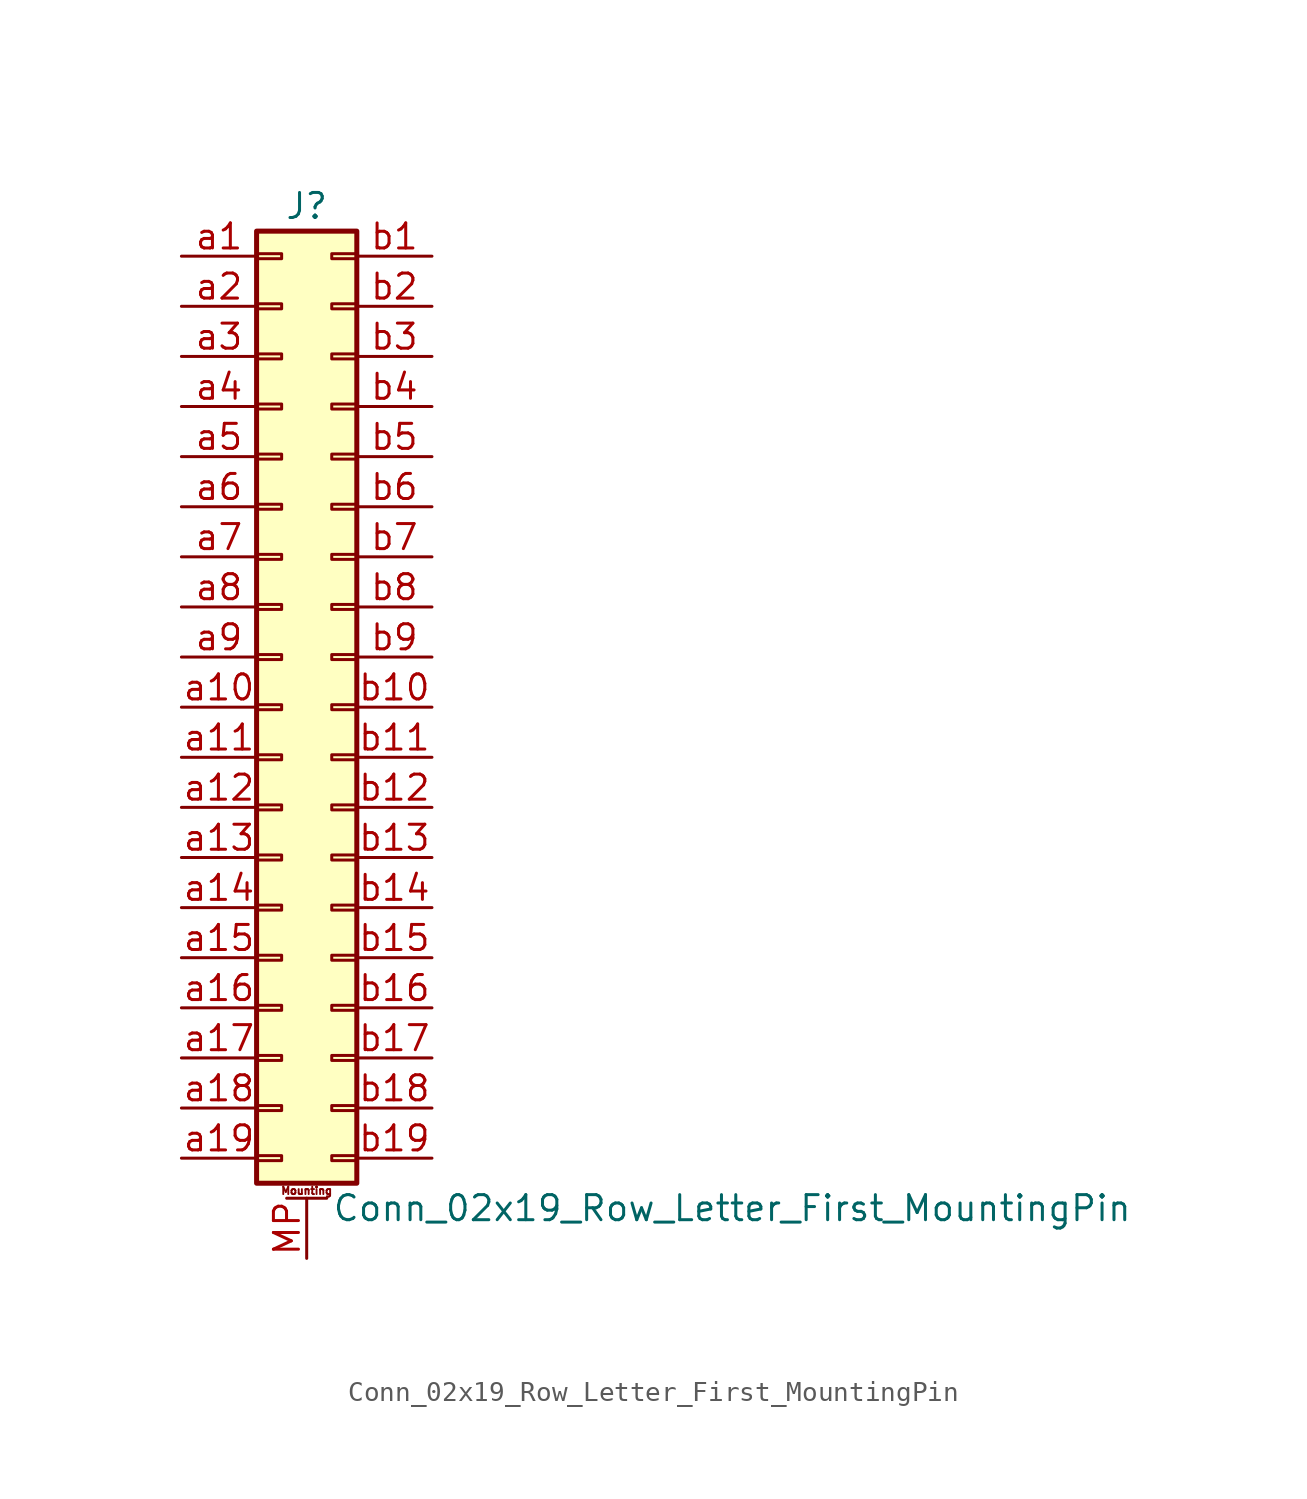
<source format=kicad_sym>
(kicad_symbol_lib
  (version 20201005)
  (generator kicad_symbol_editor)
  (symbol "Conn_02x19_Row_Letter_First_MountingPin"
    (pin_names
      (offset 1.016) hide)
    (property "Reference" "J"
      (at 1.27 25.4 0)
      (effects (font (size 1.27 1.27))))
    (property "Value" "Conn_02x19_Row_Letter_First_MountingPin"
      (at 2.54 -25.4 0)
      (effects (font (size 1.27 1.27)) (justify left)))
    (symbol "Conn_02x19_Row_Letter_First_MountingPin_1_1"
      (text "Mounting" (at 1.27 -24.511 0) (effects (font (size 0.381 0.381))))
      (rectangle (start -1.27 -22.733) (end 0 -22.987) (stroke (width 0.152)) (fill (type none)))
      (rectangle (start -1.27 -20.193) (end 0 -20.447) (stroke (width 0.152)) (fill (type none)))
      (rectangle (start -1.27 -17.653) (end 0 -17.907) (stroke (width 0.152)) (fill (type none)))
      (rectangle (start -1.27 -15.113) (end 0 -15.367) (stroke (width 0.152)) (fill (type none)))
      (rectangle (start -1.27 -12.573) (end 0 -12.827) (stroke (width 0.152)) (fill (type none)))
      (rectangle (start -1.27 -10.033) (end 0 -10.287) (stroke (width 0.152)) (fill (type none)))
      (rectangle (start -1.27 -7.493) (end 0 -7.747) (stroke (width 0.152)) (fill (type none)))
      (rectangle (start -1.27 -4.953) (end 0 -5.207) (stroke (width 0.152)) (fill (type none)))
      (rectangle (start -1.27 -2.413) (end 0 -2.667) (stroke (width 0.152)) (fill (type none)))
      (rectangle (start -1.27 0.127) (end 0 -0.127) (stroke (width 0.152)) (fill (type none)))
      (rectangle (start -1.27 2.667) (end 0 2.413) (stroke (width 0.152)) (fill (type none)))
      (rectangle (start -1.27 5.207) (end 0 4.953) (stroke (width 0.152)) (fill (type none)))
      (rectangle (start -1.27 7.747) (end 0 7.493) (stroke (width 0.152)) (fill (type none)))
      (rectangle (start -1.27 10.287) (end 0 10.033) (stroke (width 0.152)) (fill (type none)))
      (rectangle (start -1.27 12.827) (end 0 12.573) (stroke (width 0.152)) (fill (type none)))
      (rectangle (start -1.27 15.367) (end 0 15.113) (stroke (width 0.152)) (fill (type none)))
      (rectangle (start -1.27 17.907) (end 0 17.653) (stroke (width 0.152)) (fill (type none)))
      (rectangle (start -1.27 20.447) (end 0 20.193) (stroke (width 0.152)) (fill (type none)))
      (rectangle (start -1.27 22.987) (end 0 22.733) (stroke (width 0.152)) (fill (type none)))
      (rectangle (start -1.27 24.13) (end 3.81 -24.13) (stroke (width 0.254)) (fill (type background)))
      (rectangle (start 3.81 -22.733) (end 2.54 -22.987) (stroke (width 0.152)) (fill (type none)))
      (rectangle (start 3.81 -20.193) (end 2.54 -20.447) (stroke (width 0.152)) (fill (type none)))
      (rectangle (start 3.81 -17.653) (end 2.54 -17.907) (stroke (width 0.152)) (fill (type none)))
      (rectangle (start 3.81 -15.113) (end 2.54 -15.367) (stroke (width 0.152)) (fill (type none)))
      (rectangle (start 3.81 -12.573) (end 2.54 -12.827) (stroke (width 0.152)) (fill (type none)))
      (rectangle (start 3.81 -10.033) (end 2.54 -10.287) (stroke (width 0.152)) (fill (type none)))
      (rectangle (start 3.81 -7.493) (end 2.54 -7.747) (stroke (width 0.152)) (fill (type none)))
      (rectangle (start 3.81 -4.953) (end 2.54 -5.207) (stroke (width 0.152)) (fill (type none)))
      (rectangle (start 3.81 -2.413) (end 2.54 -2.667) (stroke (width 0.152)) (fill (type none)))
      (rectangle (start 3.81 0.127) (end 2.54 -0.127) (stroke (width 0.152)) (fill (type none)))
      (rectangle (start 3.81 2.667) (end 2.54 2.413) (stroke (width 0.152)) (fill (type none)))
      (rectangle (start 3.81 5.207) (end 2.54 4.953) (stroke (width 0.152)) (fill (type none)))
      (rectangle (start 3.81 7.747) (end 2.54 7.493) (stroke (width 0.152)) (fill (type none)))
      (rectangle (start 3.81 10.287) (end 2.54 10.033) (stroke (width 0.152)) (fill (type none)))
      (rectangle (start 3.81 12.827) (end 2.54 12.573) (stroke (width 0.152)) (fill (type none)))
      (rectangle (start 3.81 15.367) (end 2.54 15.113) (stroke (width 0.152)) (fill (type none)))
      (rectangle (start 3.81 17.907) (end 2.54 17.653) (stroke (width 0.152)) (fill (type none)))
      (rectangle (start 3.81 20.447) (end 2.54 20.193) (stroke (width 0.152)) (fill (type none)))
      (rectangle (start 3.81 22.987) (end 2.54 22.733) (stroke (width 0.152)) (fill (type none)))
      (polyline (pts (xy 0.254 -24.892) (xy 2.286 -24.892)) (stroke (width 0.152)) (fill (type none)))
      (pin passive line (at 1.27 -27.94 90) (length 3.048) (name "MountPin" (effects (font (size 1.27 1.27)))) (number "MP" (effects (font (size 1.27 1.27)))))
      (pin passive line (at -5.08 22.86 0) (length 3.81) (name "Pin_a1" (effects (font (size 1.27 1.27)))) (number "a1" (effects (font (size 1.27 1.27)))))
      (pin passive line (at -5.08 0 0) (length 3.81) (name "Pin_a10" (effects (font (size 1.27 1.27)))) (number "a10" (effects (font (size 1.27 1.27)))))
      (pin passive line (at -5.08 -2.54 0) (length 3.81) (name "Pin_a11" (effects (font (size 1.27 1.27)))) (number "a11" (effects (font (size 1.27 1.27)))))
      (pin passive line (at -5.08 -5.08 0) (length 3.81) (name "Pin_a12" (effects (font (size 1.27 1.27)))) (number "a12" (effects (font (size 1.27 1.27)))))
      (pin passive line (at -5.08 -7.62 0) (length 3.81) (name "Pin_a13" (effects (font (size 1.27 1.27)))) (number "a13" (effects (font (size 1.27 1.27)))))
      (pin passive line (at -5.08 -10.16 0) (length 3.81) (name "Pin_a14" (effects (font (size 1.27 1.27)))) (number "a14" (effects (font (size 1.27 1.27)))))
      (pin passive line (at -5.08 -12.7 0) (length 3.81) (name "Pin_a15" (effects (font (size 1.27 1.27)))) (number "a15" (effects (font (size 1.27 1.27)))))
      (pin passive line (at -5.08 -15.24 0) (length 3.81) (name "Pin_a16" (effects (font (size 1.27 1.27)))) (number "a16" (effects (font (size 1.27 1.27)))))
      (pin passive line (at -5.08 -17.78 0) (length 3.81) (name "Pin_a17" (effects (font (size 1.27 1.27)))) (number "a17" (effects (font (size 1.27 1.27)))))
      (pin passive line (at -5.08 -20.32 0) (length 3.81) (name "Pin_a18" (effects (font (size 1.27 1.27)))) (number "a18" (effects (font (size 1.27 1.27)))))
      (pin passive line (at -5.08 -22.86 0) (length 3.81) (name "Pin_a19" (effects (font (size 1.27 1.27)))) (number "a19" (effects (font (size 1.27 1.27)))))
      (pin passive line (at -5.08 20.32 0) (length 3.81) (name "Pin_a2" (effects (font (size 1.27 1.27)))) (number "a2" (effects (font (size 1.27 1.27)))))
      (pin passive line (at -5.08 17.78 0) (length 3.81) (name "Pin_a3" (effects (font (size 1.27 1.27)))) (number "a3" (effects (font (size 1.27 1.27)))))
      (pin passive line (at -5.08 15.24 0) (length 3.81) (name "Pin_a4" (effects (font (size 1.27 1.27)))) (number "a4" (effects (font (size 1.27 1.27)))))
      (pin passive line (at -5.08 12.7 0) (length 3.81) (name "Pin_a5" (effects (font (size 1.27 1.27)))) (number "a5" (effects (font (size 1.27 1.27)))))
      (pin passive line (at -5.08 10.16 0) (length 3.81) (name "Pin_a6" (effects (font (size 1.27 1.27)))) (number "a6" (effects (font (size 1.27 1.27)))))
      (pin passive line (at -5.08 7.62 0) (length 3.81) (name "Pin_a7" (effects (font (size 1.27 1.27)))) (number "a7" (effects (font (size 1.27 1.27)))))
      (pin passive line (at -5.08 5.08 0) (length 3.81) (name "Pin_a8" (effects (font (size 1.27 1.27)))) (number "a8" (effects (font (size 1.27 1.27)))))
      (pin passive line (at -5.08 2.54 0) (length 3.81) (name "Pin_a9" (effects (font (size 1.27 1.27)))) (number "a9" (effects (font (size 1.27 1.27)))))
      (pin passive line (at 7.62 22.86 180) (length 3.81) (name "Pin_b1" (effects (font (size 1.27 1.27)))) (number "b1" (effects (font (size 1.27 1.27)))))
      (pin passive line (at 7.62 0 180) (length 3.81) (name "Pin_b10" (effects (font (size 1.27 1.27)))) (number "b10" (effects (font (size 1.27 1.27)))))
      (pin passive line (at 7.62 -2.54 180) (length 3.81) (name "Pin_b11" (effects (font (size 1.27 1.27)))) (number "b11" (effects (font (size 1.27 1.27)))))
      (pin passive line (at 7.62 -5.08 180) (length 3.81) (name "Pin_b12" (effects (font (size 1.27 1.27)))) (number "b12" (effects (font (size 1.27 1.27)))))
      (pin passive line (at 7.62 -7.62 180) (length 3.81) (name "Pin_b13" (effects (font (size 1.27 1.27)))) (number "b13" (effects (font (size 1.27 1.27)))))
      (pin passive line (at 7.62 -10.16 180) (length 3.81) (name "Pin_b14" (effects (font (size 1.27 1.27)))) (number "b14" (effects (font (size 1.27 1.27)))))
      (pin passive line (at 7.62 -12.7 180) (length 3.81) (name "Pin_b15" (effects (font (size 1.27 1.27)))) (number "b15" (effects (font (size 1.27 1.27)))))
      (pin passive line (at 7.62 -15.24 180) (length 3.81) (name "Pin_b16" (effects (font (size 1.27 1.27)))) (number "b16" (effects (font (size 1.27 1.27)))))
      (pin passive line (at 7.62 -17.78 180) (length 3.81) (name "Pin_b17" (effects (font (size 1.27 1.27)))) (number "b17" (effects (font (size 1.27 1.27)))))
      (pin passive line (at 7.62 -20.32 180) (length 3.81) (name "Pin_b18" (effects (font (size 1.27 1.27)))) (number "b18" (effects (font (size 1.27 1.27)))))
      (pin passive line (at 7.62 -22.86 180) (length 3.81) (name "Pin_b19" (effects (font (size 1.27 1.27)))) (number "b19" (effects (font (size 1.27 1.27)))))
      (pin passive line (at 7.62 20.32 180) (length 3.81) (name "Pin_b2" (effects (font (size 1.27 1.27)))) (number "b2" (effects (font (size 1.27 1.27)))))
      (pin passive line (at 7.62 17.78 180) (length 3.81) (name "Pin_b3" (effects (font (size 1.27 1.27)))) (number "b3" (effects (font (size 1.27 1.27)))))
      (pin passive line (at 7.62 15.24 180) (length 3.81) (name "Pin_b4" (effects (font (size 1.27 1.27)))) (number "b4" (effects (font (size 1.27 1.27)))))
      (pin passive line (at 7.62 12.7 180) (length 3.81) (name "Pin_b5" (effects (font (size 1.27 1.27)))) (number "b5" (effects (font (size 1.27 1.27)))))
      (pin passive line (at 7.62 10.16 180) (length 3.81) (name "Pin_b6" (effects (font (size 1.27 1.27)))) (number "b6" (effects (font (size 1.27 1.27)))))
      (pin passive line (at 7.62 7.62 180) (length 3.81) (name "Pin_b7" (effects (font (size 1.27 1.27)))) (number "b7" (effects (font (size 1.27 1.27)))))
      (pin passive line (at 7.62 5.08 180) (length 3.81) (name "Pin_b8" (effects (font (size 1.27 1.27)))) (number "b8" (effects (font (size 1.27 1.27)))))
      (pin passive line (at 7.62 2.54 180) (length 3.81) (name "Pin_b9" (effects (font (size 1.27 1.27)))) (number "b9" (effects (font (size 1.27 1.27))))))))
</source>
